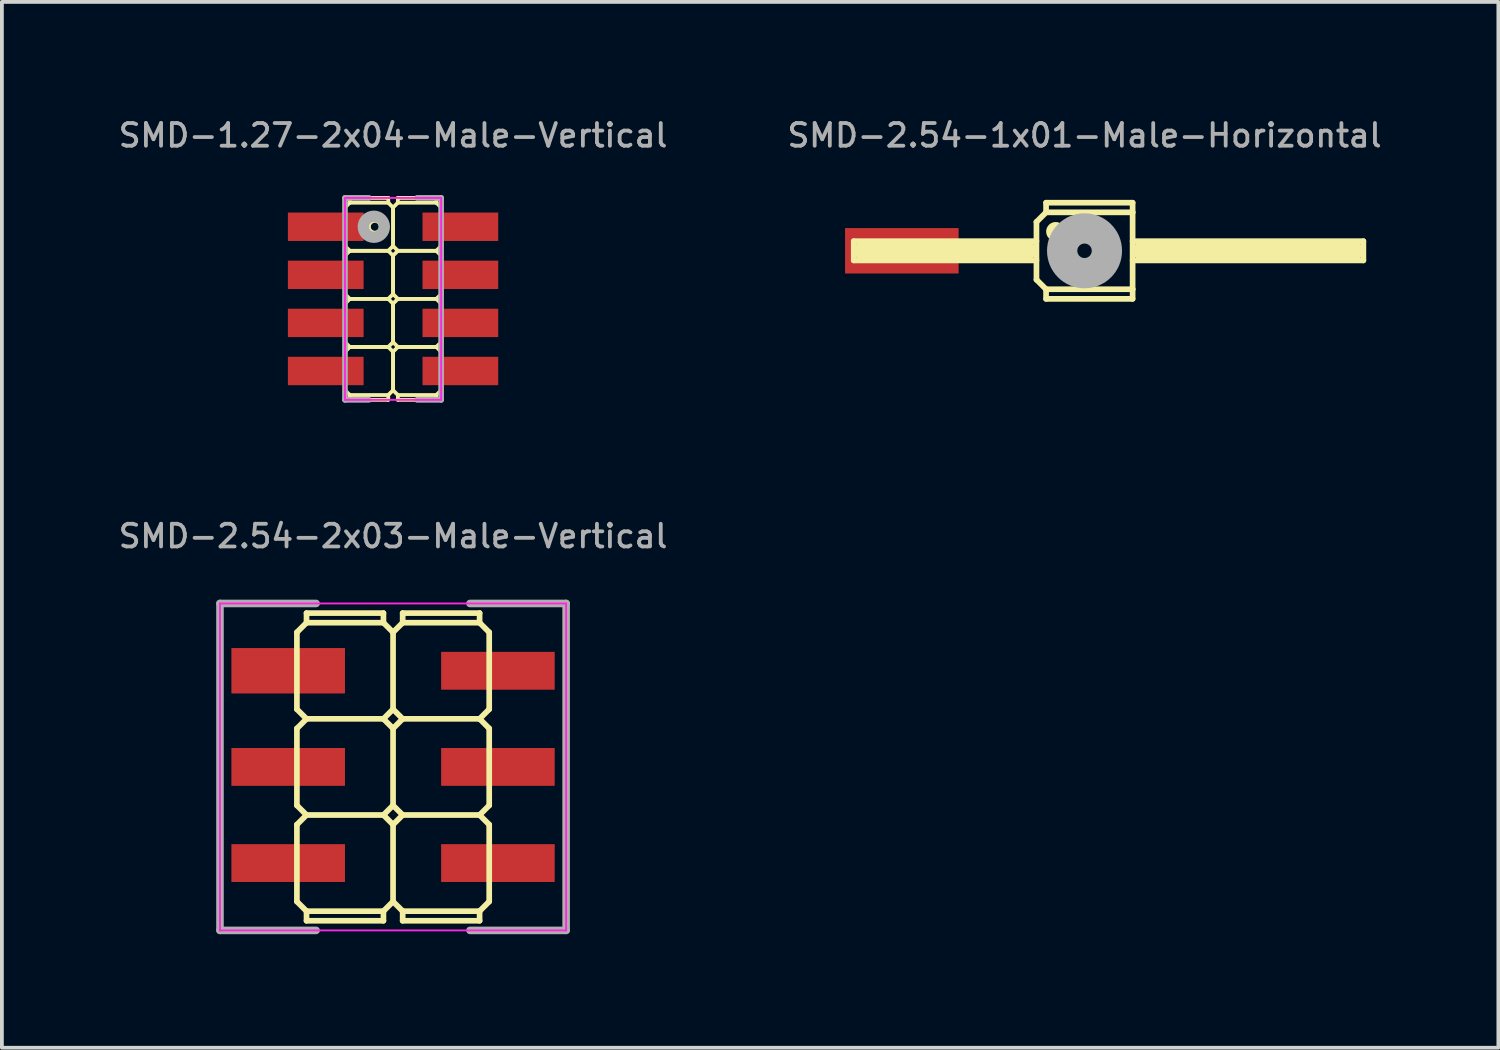
<source format=kicad_pcb>
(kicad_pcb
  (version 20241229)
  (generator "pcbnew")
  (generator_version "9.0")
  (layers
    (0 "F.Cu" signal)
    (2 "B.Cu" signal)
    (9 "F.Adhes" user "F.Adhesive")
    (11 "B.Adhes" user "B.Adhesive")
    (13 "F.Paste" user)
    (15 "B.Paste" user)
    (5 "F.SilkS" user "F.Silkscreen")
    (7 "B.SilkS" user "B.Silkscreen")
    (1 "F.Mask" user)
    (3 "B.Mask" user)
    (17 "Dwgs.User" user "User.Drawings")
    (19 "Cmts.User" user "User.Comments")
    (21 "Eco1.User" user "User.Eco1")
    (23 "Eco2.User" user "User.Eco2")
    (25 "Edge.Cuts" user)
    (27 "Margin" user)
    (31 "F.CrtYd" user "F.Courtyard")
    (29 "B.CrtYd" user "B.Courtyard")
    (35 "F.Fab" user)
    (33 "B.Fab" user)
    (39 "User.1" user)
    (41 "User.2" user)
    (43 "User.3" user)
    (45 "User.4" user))
  (footprint "SMD-2.54-1x01-Male-Horizontal"
    (layer "F.Cu")
    (at 25.599 3.575)
    (property "Reference" "SMD-2.54-1x01-Male-Horizontal" (at 0 -3.048 180) (layer "F.Fab") (effects (font (size 0.6 0.6) (thickness 0.1))))
    (attr through_hole)
    (fp_line (start -6.096 -0.254) (end -6.096 0.254) (stroke (width 0.15) (type solid)) (layer "F.SilkS"))
    (fp_line (start -6.096 0.254) (end -1.27 0.254) (stroke (width 0.15) (type solid)) (layer "F.SilkS"))
    (fp_line (start -1.524 0) (end -5.842 0) (stroke (width 0.5) (type solid)) (layer "F.SilkS"))
    (fp_line (start -1.27 -0.762) (end -1.27 0.762) (stroke (width 0.15) (type solid)) (layer "F.SilkS"))
    (fp_line (start -1.27 -0.254) (end -6.096 -0.254) (stroke (width 0.15) (type solid)) (layer "F.SilkS"))
    (fp_line (start -1.27 0.762) (end -1.016 1.016) (stroke (width 0.15) (type solid)) (layer "F.SilkS"))
    (fp_line (start -1.016 -1.27) (end 1.27 -1.27) (stroke (width 0.15) (type solid)) (layer "F.SilkS"))
    (fp_line (start -1.016 -1.016) (end -1.27 -0.762) (stroke (width 0.15) (type solid)) (layer "F.SilkS"))
    (fp_line (start -1.016 -1.016) (end -1.016 -1.27) (stroke (width 0.15) (type solid)) (layer "F.SilkS"))
    (fp_line (start -1.016 1.016) (end -1.016 1.27) (stroke (width 0.15) (type solid)) (layer "F.SilkS"))
    (fp_line (start -1.016 1.016) (end 1.27 1.016) (stroke (width 0.15) (type solid)) (layer "F.SilkS"))
    (fp_line (start -1.016 1.27) (end 1.27 1.27) (stroke (width 0.15) (type solid)) (layer "F.SilkS"))
    (fp_line (start 1.27 -1.27) (end 1.27 -1.016) (stroke (width 0.15) (type solid)) (layer "F.SilkS"))
    (fp_line (start 1.27 -1.016) (end -1.016 -1.016) (stroke (width 0.15) (type solid)) (layer "F.SilkS"))
    (fp_line (start 1.27 -0.254) (end 7.366 -0.254) (stroke (width 0.15) (type solid)) (layer "F.SilkS"))
    (fp_line (start 1.27 1.016) (end 1.27 -1.016) (stroke (width 0.15) (type solid)) (layer "F.SilkS"))
    (fp_line (start 1.27 1.27) (end 1.27 1.016) (stroke (width 0.15) (type solid)) (layer "F.SilkS"))
    (fp_line (start 1.524 0) (end 7.112 0) (stroke (width 0.5) (type solid)) (layer "F.SilkS"))
    (fp_line (start 7.366 -0.254) (end 7.366 0.254) (stroke (width 0.15) (type solid)) (layer "F.SilkS"))
    (fp_line (start 7.366 0.254) (end 1.27 0.254) (stroke (width 0.15) (type solid)) (layer "F.SilkS"))
    (fp_circle (center -0.762 -0.508) (end -0.635 -0.508) (stroke (width 0.25) (type solid)) (fill no) (layer "F.SilkS"))
    (fp_circle (center 0 0) (end 0 0.191) (stroke (width 0.8) (type solid)) (fill no) (layer "F.Fab"))
    (pad "1" smd rect (at -4.826 0) (size 3 1.2) (layers "F.Cu" "F.Mask" "F.Paste")))
  (footprint "SMD-2.54-2x03-Male-Vertical"
    (layer "F.Cu")
    (at 7.333 17.209)
    (property "Reference" "SMD-2.54-2x03-Male-Vertical" (at 0 -6.096 0) (layer "F.Fab") (effects (font (size 0.6 0.6) (thickness 0.1))))
    (attr smd)
    (fp_line (start -2.54 -3.556) (end -2.286 -3.81) (stroke (width 0.15) (type solid)) (layer "F.SilkS"))
    (fp_line (start -2.54 -1.524) (end -2.54 -3.556) (stroke (width 0.15) (type solid)) (layer "F.SilkS"))
    (fp_line (start -2.54 -1.016) (end -2.286 -1.27) (stroke (width 0.15) (type solid)) (layer "F.SilkS"))
    (fp_line (start -2.54 1.016) (end -2.54 -1.016) (stroke (width 0.15) (type solid)) (layer "F.SilkS"))
    (fp_line (start -2.54 1.524) (end -2.286 1.27) (stroke (width 0.15) (type solid)) (layer "F.SilkS"))
    (fp_line (start -2.54 3.556) (end -2.54 1.524) (stroke (width 0.15) (type solid)) (layer "F.SilkS"))
    (fp_line (start -2.286 -4.064) (end -0.254 -4.064) (stroke (width 0.15) (type solid)) (layer "F.SilkS"))
    (fp_line (start -2.286 -3.81) (end -2.286 -4.064) (stroke (width 0.15) (type solid)) (layer "F.SilkS"))
    (fp_line (start -2.286 -3.81) (end -0.254 -3.81) (stroke (width 0.15) (type solid)) (layer "F.SilkS"))
    (fp_line (start -2.286 -1.27) (end -2.54 -1.524) (stroke (width 0.15) (type solid)) (layer "F.SilkS"))
    (fp_line (start -2.286 1.27) (end -2.54 1.016) (stroke (width 0.15) (type solid)) (layer "F.SilkS"))
    (fp_line (start -2.286 3.81) (end -2.54 3.556) (stroke (width 0.15) (type solid)) (layer "F.SilkS"))
    (fp_line (start -2.286 3.81) (end -2.286 4.064) (stroke (width 0.15) (type solid)) (layer "F.SilkS"))
    (fp_line (start -2.286 4.064) (end -0.254 4.064) (stroke (width 0.15) (type solid)) (layer "F.SilkS"))
    (fp_line (start -0.254 -4.064) (end -0.254 -3.81) (stroke (width 0.15) (type solid)) (layer "F.SilkS"))
    (fp_line (start -0.254 -3.81) (end 0 -3.556) (stroke (width 0.15) (type solid)) (layer "F.SilkS"))
    (fp_line (start -0.254 -1.27) (end -2.286 -1.27) (stroke (width 0.15) (type solid)) (layer "F.SilkS"))
    (fp_line (start -0.254 -1.27) (end 0 -1.016) (stroke (width 0.15) (type solid)) (layer "F.SilkS"))
    (fp_line (start -0.254 1.27) (end -2.286 1.27) (stroke (width 0.15) (type solid)) (layer "F.SilkS"))
    (fp_line (start -0.254 1.27) (end 0 1.524) (stroke (width 0.15) (type solid)) (layer "F.SilkS"))
    (fp_line (start -0.254 3.81) (end -2.286 3.81) (stroke (width 0.15) (type solid)) (layer "F.SilkS"))
    (fp_line (start -0.254 4.064) (end -0.254 3.81) (stroke (width 0.15) (type solid)) (layer "F.SilkS"))
    (fp_line (start 0 -3.556) (end 0 -1.524) (stroke (width 0.15) (type solid)) (layer "F.SilkS"))
    (fp_line (start 0 -3.556) (end 0.254 -3.81) (stroke (width 0.15) (type solid)) (layer "F.SilkS"))
    (fp_line (start 0 -1.524) (end -0.254 -1.27) (stroke (width 0.15) (type solid)) (layer "F.SilkS"))
    (fp_line (start 0 -1.016) (end 0 1.016) (stroke (width 0.15) (type solid)) (layer "F.SilkS"))
    (fp_line (start 0 -1.016) (end 0.254 -1.27) (stroke (width 0.15) (type solid)) (layer "F.SilkS"))
    (fp_line (start 0 1.016) (end -0.254 1.27) (stroke (width 0.15) (type solid)) (layer "F.SilkS"))
    (fp_line (start 0 1.524) (end 0 3.556) (stroke (width 0.15) (type solid)) (layer "F.SilkS"))
    (fp_line (start 0 1.524) (end 0.254 1.27) (stroke (width 0.15) (type solid)) (layer "F.SilkS"))
    (fp_line (start 0 3.556) (end -0.254 3.81) (stroke (width 0.15) (type solid)) (layer "F.SilkS"))
    (fp_line (start 0.254 -4.064) (end 2.286 -4.064) (stroke (width 0.15) (type solid)) (layer "F.SilkS"))
    (fp_line (start 0.254 -3.81) (end 0.254 -4.064) (stroke (width 0.15) (type solid)) (layer "F.SilkS"))
    (fp_line (start 0.254 -3.81) (end 2.286 -3.81) (stroke (width 0.15) (type solid)) (layer "F.SilkS"))
    (fp_line (start 0.254 -1.27) (end 0 -1.524) (stroke (width 0.15) (type solid)) (layer "F.SilkS"))
    (fp_line (start 0.254 1.27) (end 0 1.016) (stroke (width 0.15) (type solid)) (layer "F.SilkS"))
    (fp_line (start 0.254 3.81) (end 0 3.556) (stroke (width 0.15) (type solid)) (layer "F.SilkS"))
    (fp_line (start 0.254 3.81) (end 0.254 4.064) (stroke (width 0.15) (type solid)) (layer "F.SilkS"))
    (fp_line (start 0.254 4.064) (end 2.286 4.064) (stroke (width 0.15) (type solid)) (layer "F.SilkS"))
    (fp_line (start 2.286 -4.064) (end 2.286 -3.81) (stroke (width 0.15) (type solid)) (layer "F.SilkS"))
    (fp_line (start 2.286 -3.81) (end 2.54 -3.556) (stroke (width 0.15) (type solid)) (layer "F.SilkS"))
    (fp_line (start 2.286 -1.27) (end 0.254 -1.27) (stroke (width 0.15) (type solid)) (layer "F.SilkS"))
    (fp_line (start 2.286 -1.27) (end 2.54 -1.016) (stroke (width 0.15) (type solid)) (layer "F.SilkS"))
    (fp_line (start 2.286 1.27) (end 0.254 1.27) (stroke (width 0.15) (type solid)) (layer "F.SilkS"))
    (fp_line (start 2.286 1.27) (end 2.54 1.524) (stroke (width 0.15) (type solid)) (layer "F.SilkS"))
    (fp_line (start 2.286 3.81) (end 0.254 3.81) (stroke (width 0.15) (type solid)) (layer "F.SilkS"))
    (fp_line (start 2.286 4.064) (end 2.286 3.81) (stroke (width 0.15) (type solid)) (layer "F.SilkS"))
    (fp_line (start 2.54 -3.556) (end 2.54 -1.524) (stroke (width 0.15) (type solid)) (layer "F.SilkS"))
    (fp_line (start 2.54 -1.524) (end 2.286 -1.27) (stroke (width 0.15) (type solid)) (layer "F.SilkS"))
    (fp_line (start 2.54 -1.016) (end 2.54 1.016) (stroke (width 0.15) (type solid)) (layer "F.SilkS"))
    (fp_line (start 2.54 1.016) (end 2.286 1.27) (stroke (width 0.15) (type solid)) (layer "F.SilkS"))
    (fp_line (start 2.54 1.524) (end 2.54 3.556) (stroke (width 0.15) (type solid)) (layer "F.SilkS"))
    (fp_line (start 2.54 3.556) (end 2.286 3.81) (stroke (width 0.15) (type solid)) (layer "F.SilkS"))
    (fp_line (start -4.572 -4.318) (end -4.572 4.318) (stroke (width 0.05) (type solid)) (layer "F.CrtYd"))
    (fp_line (start -4.572 -4.318) (end 4.572 -4.318) (stroke (width 0.05) (type solid)) (layer "F.CrtYd"))
    (fp_line (start 4.572 4.318) (end -4.572 4.318) (stroke (width 0.05) (type solid)) (layer "F.CrtYd"))
    (fp_line (start 4.572 4.318) (end 4.572 -4.318) (stroke (width 0.05) (type solid)) (layer "F.CrtYd"))
    (fp_line (start -4.572 4.318) (end -4.572 -4.318) (stroke (width 0.2) (type solid)) (layer "F.Fab"))
    (fp_line (start -4.572 4.318) (end -2.032 4.318) (stroke (width 0.2) (type solid)) (layer "F.Fab"))
    (fp_line (start -2.032 -4.318) (end -4.572 -4.318) (stroke (width 0.2) (type solid)) (layer "F.Fab"))
    (fp_line (start 2.032 4.318) (end 4.572 4.318) (stroke (width 0.2) (type solid)) (layer "F.Fab"))
    (fp_line (start 4.572 -4.318) (end 2.032 -4.318) (stroke (width 0.2) (type solid)) (layer "F.Fab"))
    (fp_line (start 4.572 -4.318) (end 4.572 4.318) (stroke (width 0.2) (type solid)) (layer "F.Fab"))
    (pad "1" smd rect (at -2.77 -2.54) (size 3 1.2) (layers "F.Cu" "F.Mask"))
    (pad "2" smd rect (at 2.77 -2.54) (size 3 1) (layers "F.Cu" "F.Mask"))
    (pad "3" smd rect (at -2.77 0) (size 3 1) (layers "F.Cu" "F.Mask"))
    (pad "4" smd rect (at 2.77 0) (size 3 1) (layers "F.Cu" "F.Mask"))
    (pad "5" smd rect (at -2.77 2.54) (size 3 1) (layers "F.Cu" "F.Mask"))
    (pad "6" smd rect (at 2.77 2.54) (size 3 1) (layers "F.Cu" "F.Mask")))
  (footprint "SMD-1.27-2x04-Male-Vertical"
    (layer "F.Cu")
    (at 7.333 4.845)
    (property "Reference" "SMD-1.27-2x04-Male-Vertical" (at 0 -4.318 180) (layer "F.Fab") (effects (font (size 0.6 0.6) (thickness 0.1))))
    (attr through_hole)
    (fp_line (start -1.27 -2.413) (end -1.143 -2.54) (stroke (width 0.1) (type solid)) (layer "F.SilkS"))
    (fp_line (start -1.27 -1.397) (end -1.27 -2.413) (stroke (width 0.1) (type solid)) (layer "F.SilkS"))
    (fp_line (start -1.27 -1.143) (end -1.143 -1.27) (stroke (width 0.1) (type solid)) (layer "F.SilkS"))
    (fp_line (start -1.27 -0.127) (end -1.27 -1.143) (stroke (width 0.1) (type solid)) (layer "F.SilkS"))
    (fp_line (start -1.27 0.127) (end -1.143 0) (stroke (width 0.1) (type solid)) (layer "F.SilkS"))
    (fp_line (start -1.27 1.143) (end -1.27 0.127) (stroke (width 0.1) (type solid)) (layer "F.SilkS"))
    (fp_line (start -1.27 1.397) (end -1.143 1.27) (stroke (width 0.1) (type solid)) (layer "F.SilkS"))
    (fp_line (start -1.27 2.413) (end -1.27 1.397) (stroke (width 0.1) (type solid)) (layer "F.SilkS"))
    (fp_line (start -1.143 -2.667) (end -0.127 -2.667) (stroke (width 0.1) (type solid)) (layer "F.SilkS"))
    (fp_line (start -1.143 -2.54) (end -1.143 -2.667) (stroke (width 0.1) (type solid)) (layer "F.SilkS"))
    (fp_line (start -1.143 -2.54) (end -0.127 -2.54) (stroke (width 0.1) (type solid)) (layer "F.SilkS"))
    (fp_line (start -1.143 -1.27) (end -1.27 -1.397) (stroke (width 0.1) (type solid)) (layer "F.SilkS"))
    (fp_line (start -1.143 -1.27) (end -0.127 -1.27) (stroke (width 0.1) (type solid)) (layer "F.SilkS"))
    (fp_line (start -1.143 -1.27) (end -0.127 -1.27) (stroke (width 0.1) (type solid)) (layer "F.SilkS"))
    (fp_line (start -1.143 0) (end -1.27 -0.127) (stroke (width 0.1) (type solid)) (layer "F.SilkS"))
    (fp_line (start -1.143 0) (end -0.127 0) (stroke (width 0.1) (type solid)) (layer "F.SilkS"))
    (fp_line (start -1.143 0) (end -0.127 0) (stroke (width 0.1) (type solid)) (layer "F.SilkS"))
    (fp_line (start -1.143 1.27) (end -1.27 1.143) (stroke (width 0.1) (type solid)) (layer "F.SilkS"))
    (fp_line (start -1.143 1.27) (end -0.127 1.27) (stroke (width 0.1) (type solid)) (layer "F.SilkS"))
    (fp_line (start -1.143 1.27) (end -0.127 1.27) (stroke (width 0.1) (type solid)) (layer "F.SilkS"))
    (fp_line (start -1.143 2.54) (end -1.27 2.413) (stroke (width 0.1) (type solid)) (layer "F.SilkS"))
    (fp_line (start -1.143 2.54) (end -1.143 2.667) (stroke (width 0.1) (type solid)) (layer "F.SilkS"))
    (fp_line (start -1.143 2.54) (end -0.127 2.54) (stroke (width 0.1) (type solid)) (layer "F.SilkS"))
    (fp_line (start -1.143 2.667) (end -0.127 2.667) (stroke (width 0.1) (type solid)) (layer "F.SilkS"))
    (fp_line (start -0.127 -2.667) (end -0.127 -2.54) (stroke (width 0.1) (type solid)) (layer "F.SilkS"))
    (fp_line (start -0.127 -2.54) (end 0 -2.413) (stroke (width 0.1) (type solid)) (layer "F.SilkS"))
    (fp_line (start -0.127 -1.27) (end 0 -1.143) (stroke (width 0.1) (type solid)) (layer "F.SilkS"))
    (fp_line (start -0.127 0) (end 0 0.127) (stroke (width 0.1) (type solid)) (layer "F.SilkS"))
    (fp_line (start -0.127 1.27) (end 0 1.397) (stroke (width 0.1) (type solid)) (layer "F.SilkS"))
    (fp_line (start -0.127 2.667) (end -0.127 2.54) (stroke (width 0.1) (type solid)) (layer "F.SilkS"))
    (fp_line (start 0 -2.413) (end 0 -1.397) (stroke (width 0.1) (type solid)) (layer "F.SilkS"))
    (fp_line (start 0 -2.413) (end 0.127 -2.54) (stroke (width 0.1) (type solid)) (layer "F.SilkS"))
    (fp_line (start 0 -1.397) (end -0.127 -1.27) (stroke (width 0.1) (type solid)) (layer "F.SilkS"))
    (fp_line (start 0 -1.397) (end 0 -2.413) (stroke (width 0.1) (type solid)) (layer "F.SilkS"))
    (fp_line (start 0 -1.143) (end 0 -0.127) (stroke (width 0.1) (type solid)) (layer "F.SilkS"))
    (fp_line (start 0 -1.143) (end 0.127 -1.27) (stroke (width 0.1) (type solid)) (layer "F.SilkS"))
    (fp_line (start 0 -0.127) (end -0.127 0) (stroke (width 0.1) (type solid)) (layer "F.SilkS"))
    (fp_line (start 0 -0.127) (end 0 -1.143) (stroke (width 0.1) (type solid)) (layer "F.SilkS"))
    (fp_line (start 0 0.127) (end 0 1.143) (stroke (width 0.1) (type solid)) (layer "F.SilkS"))
    (fp_line (start 0 0.127) (end 0.127 0) (stroke (width 0.1) (type solid)) (layer "F.SilkS"))
    (fp_line (start 0 1.143) (end -0.127 1.27) (stroke (width 0.1) (type solid)) (layer "F.SilkS"))
    (fp_line (start 0 1.143) (end 0 0.127) (stroke (width 0.1) (type solid)) (layer "F.SilkS"))
    (fp_line (start 0 1.397) (end 0 2.413) (stroke (width 0.1) (type solid)) (layer "F.SilkS"))
    (fp_line (start 0 1.397) (end 0.127 1.27) (stroke (width 0.1) (type solid)) (layer "F.SilkS"))
    (fp_line (start 0 2.413) (end -0.127 2.54) (stroke (width 0.1) (type solid)) (layer "F.SilkS"))
    (fp_line (start 0 2.413) (end 0 1.397) (stroke (width 0.1) (type solid)) (layer "F.SilkS"))
    (fp_line (start 0.127 -2.667) (end 1.143 -2.667) (stroke (width 0.1) (type solid)) (layer "F.SilkS"))
    (fp_line (start 0.127 -2.54) (end 0.127 -2.667) (stroke (width 0.1) (type solid)) (layer "F.SilkS"))
    (fp_line (start 0.127 -2.54) (end 1.143 -2.54) (stroke (width 0.1) (type solid)) (layer "F.SilkS"))
    (fp_line (start 0.127 -1.27) (end 0 -1.397) (stroke (width 0.1) (type solid)) (layer "F.SilkS"))
    (fp_line (start 0.127 -1.27) (end 1.143 -1.27) (stroke (width 0.1) (type solid)) (layer "F.SilkS"))
    (fp_line (start 0.127 -1.27) (end 1.143 -1.27) (stroke (width 0.1) (type solid)) (layer "F.SilkS"))
    (fp_line (start 0.127 0) (end 0 -0.127) (stroke (width 0.1) (type solid)) (layer "F.SilkS"))
    (fp_line (start 0.127 0) (end 1.143 0) (stroke (width 0.1) (type solid)) (layer "F.SilkS"))
    (fp_line (start 0.127 0) (end 1.143 0) (stroke (width 0.1) (type solid)) (layer "F.SilkS"))
    (fp_line (start 0.127 1.27) (end 0 1.143) (stroke (width 0.1) (type solid)) (layer "F.SilkS"))
    (fp_line (start 0.127 1.27) (end 1.143 1.27) (stroke (width 0.1) (type solid)) (layer "F.SilkS"))
    (fp_line (start 0.127 1.27) (end 1.143 1.27) (stroke (width 0.1) (type solid)) (layer "F.SilkS"))
    (fp_line (start 0.127 2.54) (end 0 2.413) (stroke (width 0.1) (type solid)) (layer "F.SilkS"))
    (fp_line (start 0.127 2.54) (end 0.127 2.667) (stroke (width 0.1) (type solid)) (layer "F.SilkS"))
    (fp_line (start 0.127 2.54) (end 1.143 2.54) (stroke (width 0.1) (type solid)) (layer "F.SilkS"))
    (fp_line (start 0.127 2.667) (end 1.143 2.667) (stroke (width 0.1) (type solid)) (layer "F.SilkS"))
    (fp_line (start 1.143 -2.667) (end 1.143 -2.54) (stroke (width 0.1) (type solid)) (layer "F.SilkS"))
    (fp_line (start 1.143 -2.54) (end 1.27 -2.413) (stroke (width 0.1) (type solid)) (layer "F.SilkS"))
    (fp_line (start 1.143 -1.27) (end 1.27 -1.143) (stroke (width 0.1) (type solid)) (layer "F.SilkS"))
    (fp_line (start 1.143 0) (end 1.27 0.127) (stroke (width 0.1) (type solid)) (layer "F.SilkS"))
    (fp_line (start 1.143 1.27) (end 1.27 1.397) (stroke (width 0.1) (type solid)) (layer "F.SilkS"))
    (fp_line (start 1.143 2.667) (end 1.143 2.54) (stroke (width 0.1) (type solid)) (layer "F.SilkS"))
    (fp_line (start 1.27 -2.413) (end 1.27 -1.397) (stroke (width 0.1) (type solid)) (layer "F.SilkS"))
    (fp_line (start 1.27 -1.397) (end 1.143 -1.27) (stroke (width 0.1) (type solid)) (layer "F.SilkS"))
    (fp_line (start 1.27 -1.143) (end 1.27 -0.127) (stroke (width 0.1) (type solid)) (layer "F.SilkS"))
    (fp_line (start 1.27 -0.127) (end 1.143 0) (stroke (width 0.1) (type solid)) (layer "F.SilkS"))
    (fp_line (start 1.27 0.127) (end 1.27 1.143) (stroke (width 0.1) (type solid)) (layer "F.SilkS"))
    (fp_line (start 1.27 1.143) (end 1.143 1.27) (stroke (width 0.1) (type solid)) (layer "F.SilkS"))
    (fp_line (start 1.27 1.397) (end 1.27 2.413) (stroke (width 0.1) (type solid)) (layer "F.SilkS"))
    (fp_line (start 1.27 2.413) (end 1.143 2.54) (stroke (width 0.1) (type solid)) (layer "F.SilkS"))
    (fp_circle (center -0.483 -1.905) (end -0.457 -1.803) (stroke (width 0.25) (type solid)) (fill no) (layer "F.SilkS"))
    (fp_line (start -1.27 -2.667) (end -1.27 2.667) (stroke (width 0.05) (type solid)) (layer "F.CrtYd"))
    (fp_line (start -1.27 -2.667) (end 1.27 -2.667) (stroke (width 0.05) (type solid)) (layer "F.CrtYd"))
    (fp_line (start 1.27 -2.667) (end 1.27 2.667) (stroke (width 0.05) (type solid)) (layer "F.CrtYd"))
    (fp_line (start 1.27 2.667) (end -1.27 2.667) (stroke (width 0.05) (type solid)) (layer "F.CrtYd"))
    (fp_line (start -1.27 -2.667) (end -1.27 2.667) (stroke (width 0.15) (type solid)) (layer "F.Fab"))
    (fp_line (start -1.27 2.667) (end -0.635 2.667) (stroke (width 0.15) (type solid)) (layer "F.Fab"))
    (fp_line (start -0.635 -2.667) (end -1.27 -2.667) (stroke (width 0.15) (type solid)) (layer "F.Fab"))
    (fp_line (start 0.635 2.667) (end 1.27 2.667) (stroke (width 0.15) (type solid)) (layer "F.Fab"))
    (fp_line (start 1.27 -2.667) (end 0.635 -2.667) (stroke (width 0.15) (type solid)) (layer "F.Fab"))
    (fp_line (start 1.27 2.667) (end 1.27 -2.667) (stroke (width 0.15) (type solid)) (layer "F.Fab"))
    (fp_circle (center -0.508 -1.905) (end -0.508 -1.778) (stroke (width 0.3) (type solid)) (fill no) (layer "F.Fab"))
    (pad "1" smd rect (at -1.778 -1.905) (size 2 0.75) (layers "F.Cu" "F.Mask" "F.Paste"))
    (pad "2" smd rect (at 1.778 -1.905) (size 2 0.75) (layers "F.Cu" "F.Mask" "F.Paste"))
    (pad "3" smd rect (at -1.778 -0.635) (size 2 0.75) (layers "F.Cu" "F.Mask" "F.Paste"))
    (pad "4" smd rect (at 1.778 -0.635) (size 2 0.75) (layers "F.Cu" "F.Mask" "F.Paste"))
    (pad "5" smd rect (at -1.778 0.635) (size 2 0.75) (layers "F.Cu" "F.Mask" "F.Paste"))
    (pad "6" smd rect (at 1.778 0.635) (size 2 0.75) (layers "F.Cu" "F.Mask" "F.Paste"))
    (pad "7" smd rect (at -1.778 1.905) (size 2 0.75) (layers "F.Cu" "F.Mask" "F.Paste"))
    (pad "8" smd rect (at 1.778 1.905) (size 2 0.75) (layers "F.Cu" "F.Mask" "F.Paste")))
  (gr_rect
    (start -3 -3)
    (end 36.531 24.627)
    (stroke (width 0.1) (type default))
    (fill no)
    (layer "Edge.Cuts")))
</source>
